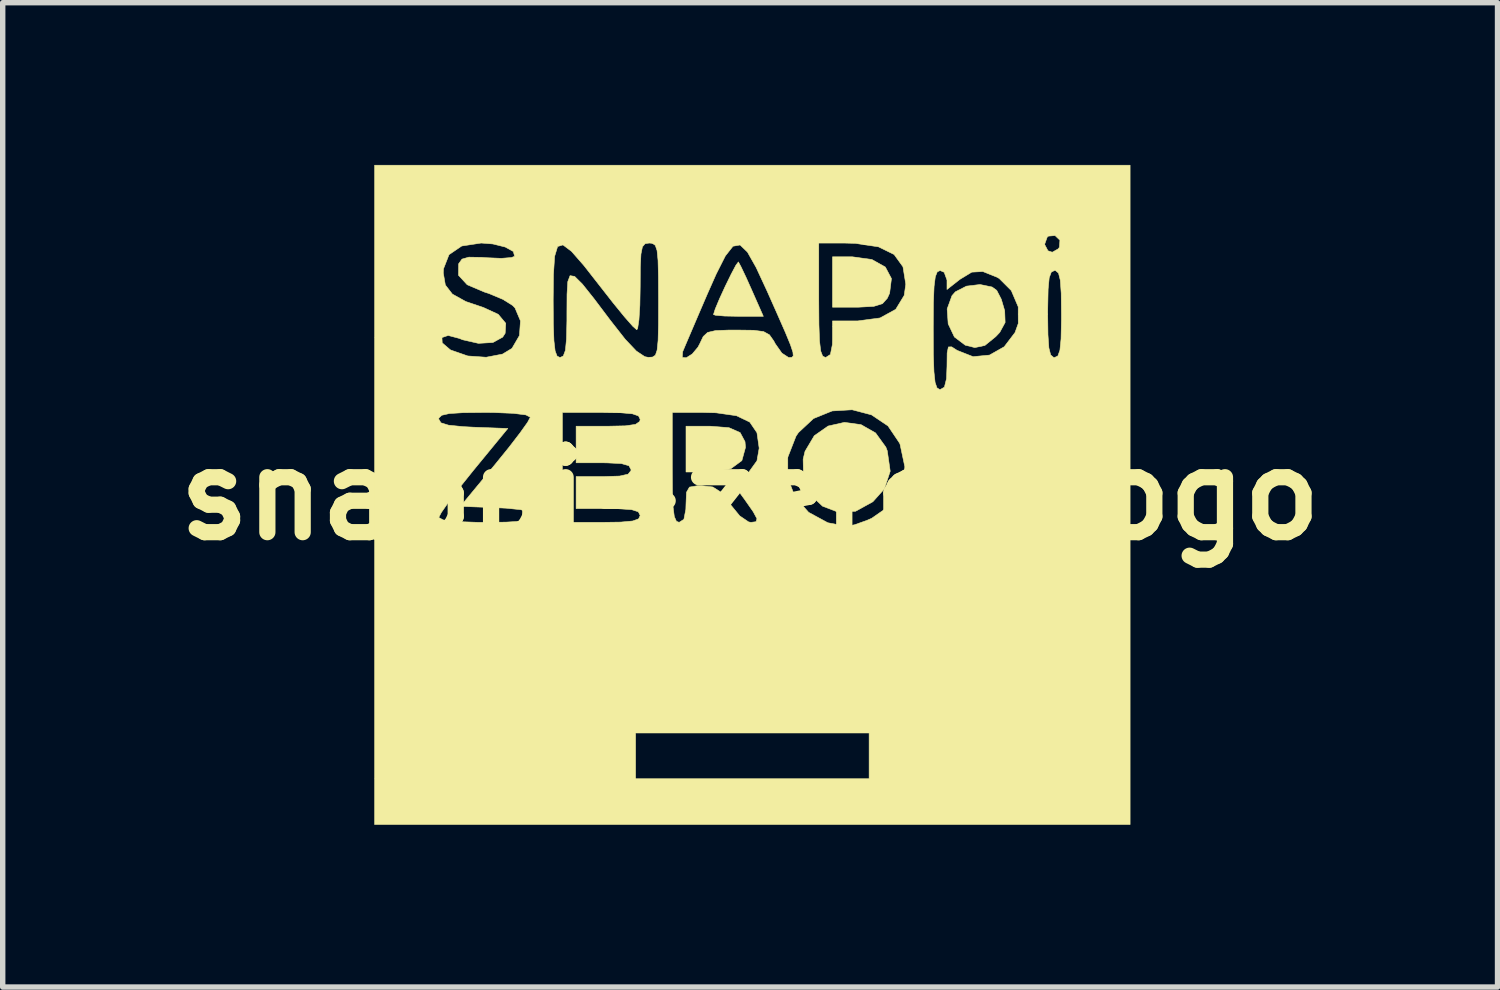
<source format=kicad_pcb>
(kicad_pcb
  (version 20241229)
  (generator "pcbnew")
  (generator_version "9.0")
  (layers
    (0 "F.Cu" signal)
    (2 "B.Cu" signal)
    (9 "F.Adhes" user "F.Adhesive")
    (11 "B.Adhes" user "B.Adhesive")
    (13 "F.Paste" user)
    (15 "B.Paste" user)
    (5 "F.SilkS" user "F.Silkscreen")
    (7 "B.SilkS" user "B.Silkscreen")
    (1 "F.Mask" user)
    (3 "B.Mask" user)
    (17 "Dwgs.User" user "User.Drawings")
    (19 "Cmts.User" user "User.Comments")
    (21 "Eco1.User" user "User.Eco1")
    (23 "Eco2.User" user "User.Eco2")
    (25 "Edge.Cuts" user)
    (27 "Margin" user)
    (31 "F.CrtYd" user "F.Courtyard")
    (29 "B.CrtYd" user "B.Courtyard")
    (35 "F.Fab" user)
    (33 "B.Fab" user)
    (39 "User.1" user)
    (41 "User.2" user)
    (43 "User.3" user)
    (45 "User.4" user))
  (footprint "snappi-zero-logo"
    (layer "F.Cu")
    (at 10.82 6.101)
    (property "Reference" "snappi-zero-logo" (at 0 0 0) (layer "F.SilkS") (effects (font (size 1.524 1.524) (thickness 0.3))))
    (attr through_hole)
    (fp_poly (pts (xy -0.391 -1.243) (xy -0.184 -1.152) (xy -0.094 -0.984) (xy -0.085 -0.878) (xy -0.152 -0.634) (xy -0.356 -0.484) (xy -0.7 -0.424) (xy -0.768 -0.423) (xy -1.185 -0.423) (xy -1.185 -1.27) (xy -0.737 -1.27) (xy -0.391 -1.243)) (stroke (width 0.01) (type solid)) (fill yes) (layer "F.SilkS"))
    (fp_poly (pts (xy 2.253 -4.352) (xy 2.501 -4.213) (xy 2.614 -4) (xy 2.58 -3.729) (xy 2.537 -3.635) (xy 2.448 -3.536) (xy 2.287 -3.486) (xy 2.007 -3.471) (xy 1.987 -3.471) (xy 1.524 -3.471) (xy 1.524 -4.403) (xy 1.886 -4.403) (xy 2.253 -4.352)) (stroke (width 0.01) (type solid)) (fill yes) (layer "F.SilkS"))
    (fp_poly (pts (xy -0.216 -4.307) (xy -0.168 -4.219) (xy -0.074 -4.021) (xy 0.03 -3.789) (xy 0.245 -3.302) (xy -0.216 -3.302) (xy -0.47 -3.307) (xy -0.637 -3.321) (xy -0.677 -3.334) (xy -0.645 -3.436) (xy -0.565 -3.627) (xy -0.459 -3.858) (xy -0.35 -4.081) (xy -0.262 -4.247) (xy -0.216 -4.308) (xy -0.216 -4.307)) (stroke (width 0.01) (type solid)) (fill yes) (layer "F.SilkS"))
    (fp_poly (pts (xy 2.051 -1.299) (xy 2.32 -1.146) (xy 2.511 -0.882) (xy 2.537 -0.814) (xy 2.591 -0.438) (xy 2.484 -0.112) (xy 2.27 0.127) (xy 1.95 0.303) (xy 1.607 0.311) (xy 1.34 0.209) (xy 1.114 -0.003) (xy 0.988 -0.31) (xy 0.981 -0.66) (xy 1.016 -0.806) (xy 1.187 -1.094) (xy 1.443 -1.273) (xy 1.745 -1.341) (xy 2.051 -1.299)) (stroke (width 0.01) (type solid)) (fill yes) (layer "F.SilkS"))
    (fp_poly (pts (xy 4.475 -3.844) (xy 4.561 -3.781) (xy 4.645 -3.618) (xy 4.708 -3.405) (xy 4.716 -3.188) (xy 4.617 -3.006) (xy 4.543 -2.927) (xy 4.341 -2.763) (xy 4.156 -2.724) (xy 3.979 -2.768) (xy 3.778 -2.92) (xy 3.663 -3.163) (xy 3.644 -3.438) (xy 3.733 -3.683) (xy 3.796 -3.755) (xy 4.001 -3.86) (xy 4.252 -3.89) (xy 4.475 -3.844)) (stroke (width 0.01) (type solid)) (fill yes) (layer "F.SilkS"))
    (fp_poly (pts (xy 7.027 6.096) (xy -6.943 6.096) (xy -6.943 4.403) (xy -2.117 4.403) (xy -2.117 5.249) (xy 2.201 5.249) (xy 2.201 4.403) (xy -2.117 4.403) (xy -6.943 4.403) (xy -6.943 -1.401) (xy -5.757 -1.401) (xy -5.717 -1.333) (xy -5.576 -1.289) (xy -5.308 -1.262) (xy -5.119 -1.252) (xy -4.48 -1.228) (xy -5.119 -0.45) (xy -5.368 -0.139) (xy -5.572 0.129) (xy -5.709 0.325) (xy -5.757 0.418) (xy -5.675 0.463) (xy -5.436 0.493) (xy -5.053 0.507) (xy -4.911 0.508) (xy -4.514 0.504) (xy -4.259 0.488) (xy -4.119 0.456) (xy -4.067 0.405) (xy -4.064 0.385) (xy -4.104 0.317) (xy -4.244 0.273) (xy -4.51 0.246) (xy -4.71 0.236) (xy -5.356 0.212) (xy -4.71 -0.569) (xy -4.459 -0.879) (xy -4.253 -1.147) (xy -4.114 -1.342) (xy -4.064 -1.436) (xy -4.146 -1.479) (xy -4.378 -1.508) (xy -4.744 -1.523) (xy -4.911 -1.524) (xy -3.471 -1.524) (xy -3.471 0.508) (xy -2.752 0.508) (xy -2.392 0.503) (xy -2.172 0.483) (xy -2.062 0.444) (xy -2.032 0.381) (xy -2.067 0.312) (xy -2.192 0.273) (xy -2.439 0.256) (xy -2.625 0.254) (xy -3.217 0.254) (xy -3.217 -0.339) (xy -2.709 -0.339) (xy -2.414 -0.348) (xy -2.256 -0.383) (xy -2.202 -0.45) (xy -2.201 -0.466) (xy -2.24 -0.539) (xy -2.379 -0.579) (xy -2.648 -0.592) (xy -2.709 -0.593) (xy -3.217 -0.593) (xy -3.217 -1.27) (xy -2.625 -1.27) (xy -2.303 -1.277) (xy -2.118 -1.304) (xy -2.041 -1.357) (xy -2.032 -1.397) (xy -2.063 -1.46) (xy -2.175 -1.499) (xy -2.397 -1.519) (xy -2.752 -1.524) (xy -1.439 -1.524) (xy -1.439 -0.508) (xy -1.436 -0.07) (xy -1.424 0.225) (xy -1.401 0.402) (xy -1.362 0.488) (xy -1.312 0.508) (xy -1.224 0.452) (xy -1.188 0.267) (xy -1.185 0.169) (xy -1.176 -0.048) (xy -1.121 -0.144) (xy -0.977 -0.169) (xy -0.89 -0.169) (xy -0.689 -0.146) (xy -0.539 -0.05) (xy -0.379 0.157) (xy -0.371 0.169) (xy -0.192 0.388) (xy -0.027 0.5) (xy 0.016 0.508) (xy 0.11 0.496) (xy 0.127 0.44) (xy 0.057 0.31) (xy -0.106 0.077) (xy -0.115 0.065) (xy -0.283 -0.165) (xy -0.125 -0.312) (xy 0.697 -0.312) (xy 0.831 0.038) (xy 1.083 0.323) (xy 1.437 0.515) (xy 1.778 0.581) (xy 1.93 0.553) (xy 2.159 0.472) (xy 2.25 0.432) (xy 2.59 0.195) (xy 2.797 -0.13) (xy 2.862 -0.517) (xy 2.773 -0.936) (xy 2.763 -0.959) (xy 2.55 -1.275) (xy 2.245 -1.48) (xy 1.887 -1.574) (xy 1.517 -1.552) (xy 1.173 -1.412) (xy 0.894 -1.152) (xy 0.849 -1.085) (xy 0.697 -0.696) (xy 0.697 -0.312) (xy -0.125 -0.312) (xy -0.057 -0.375) (xy 0.127 -0.63) (xy 0.168 -0.864) (xy 0.127 -1.15) (xy -0.006 -1.346) (xy -0.252 -1.464) (xy -0.63 -1.518) (xy -0.883 -1.524) (xy -1.439 -1.524) (xy -2.752 -1.524) (xy -3.471 -1.524) (xy -4.911 -1.524) (xy -5.308 -1.52) (xy -5.562 -1.504) (xy -5.702 -1.472) (xy -5.755 -1.421) (xy -5.757 -1.401) (xy -6.943 -1.401) (xy -6.943 -2.909) (xy -5.698 -2.909) (xy -5.693 -2.811) (xy -5.546 -2.685) (xy -5.534 -2.678) (xy -5.221 -2.569) (xy -4.881 -2.545) (xy -4.578 -2.603) (xy -4.403 -2.709) (xy -4.265 -2.946) (xy -4.246 -3.218) (xy -4.347 -3.457) (xy -4.39 -3.502) (xy -4.553 -3.605) (xy -3.641 -3.605) (xy -3.638 -3.155) (xy -3.627 -2.849) (xy -3.605 -2.661) (xy -3.569 -2.567) (xy -3.516 -2.54) (xy -3.514 -2.54) (xy -3.509 -2.542) (xy -1.254 -2.542) (xy -1.181 -2.535) (xy -1.07 -2.605) (xy -0.964 -2.731) (xy -0.931 -2.794) (xy -0.867 -2.928) (xy -0.785 -3.004) (xy -0.64 -3.038) (xy -0.387 -3.048) (xy -0.246 -3.048) (xy 0.063 -3.044) (xy 0.249 -3.02) (xy 0.358 -2.96) (xy 0.437 -2.848) (xy 0.466 -2.794) (xy 0.588 -2.621) (xy 0.711 -2.541) (xy 0.72 -2.54) (xy 0.772 -2.543) (xy 0.798 -2.569) (xy 0.792 -2.639) (xy 0.747 -2.775) (xy 0.654 -3.001) (xy 0.506 -3.338) (xy 0.315 -3.768) (xy 0.112 -4.205) (xy -0.049 -4.49) (xy -0.185 -4.621) (xy -0.316 -4.598) (xy -0.457 -4.419) (xy -0.627 -4.083) (xy -0.794 -3.707) (xy -0.956 -3.33) (xy -1.095 -3.005) (xy -1.197 -2.766) (xy -1.247 -2.647) (xy -1.247 -2.646) (xy -1.254 -2.542) (xy -3.509 -2.542) (xy -3.454 -2.569) (xy -3.415 -2.673) (xy -3.395 -2.881) (xy -3.387 -3.222) (xy -3.387 -3.357) (xy -3.385 -3.71) (xy -3.371 -3.943) (xy -3.329 -4.054) (xy -3.244 -4.04) (xy -3.101 -3.898) (xy -2.885 -3.627) (xy -2.582 -3.225) (xy -2.308 -2.876) (xy -2.102 -2.659) (xy -1.947 -2.556) (xy -1.884 -2.543) (xy -1.805 -2.548) (xy -1.751 -2.583) (xy -1.719 -2.677) (xy -1.701 -2.856) (xy -1.694 -3.149) (xy -1.693 -3.583) (xy -1.693 -3.598) (xy -1.695 -4.038) (xy -1.702 -4.335) (xy -1.72 -4.518) (xy -1.753 -4.614) (xy -1.805 -4.651) (xy -1.863 -4.657) (xy 1.27 -4.657) (xy 1.27 -3.598) (xy 1.273 -3.15) (xy 1.284 -2.845) (xy 1.306 -2.659) (xy 1.342 -2.566) (xy 1.396 -2.54) (xy 1.397 -2.54) (xy 1.485 -2.596) (xy 1.522 -2.781) (xy 1.524 -2.879) (xy 1.524 -3.048) (xy 3.387 -3.048) (xy 3.389 -2.59) (xy 3.4 -2.275) (xy 3.421 -2.08) (xy 3.455 -1.98) (xy 3.506 -1.948) (xy 3.514 -1.947) (xy 3.593 -1.992) (xy 3.632 -2.148) (xy 3.641 -2.375) (xy 3.644 -2.625) (xy 3.667 -2.736) (xy 3.728 -2.737) (xy 3.829 -2.672) (xy 4.123 -2.556) (xy 4.427 -2.585) (xy 4.699 -2.739) (xy 4.899 -3.002) (xy 4.959 -3.169) (xy 4.958 -3.344) (xy 5.503 -3.344) (xy 5.508 -2.961) (xy 5.525 -2.718) (xy 5.558 -2.588) (xy 5.612 -2.542) (xy 5.63 -2.54) (xy 5.691 -2.569) (xy 5.729 -2.674) (xy 5.75 -2.884) (xy 5.757 -3.228) (xy 5.757 -3.344) (xy 5.753 -3.728) (xy 5.736 -3.97) (xy 5.703 -4.101) (xy 5.649 -4.147) (xy 5.63 -4.149) (xy 5.57 -4.12) (xy 5.531 -4.015) (xy 5.511 -3.804) (xy 5.504 -3.461) (xy 5.503 -3.344) (xy 4.958 -3.344) (xy 4.958 -3.478) (xy 4.83 -3.778) (xy 4.606 -4.002) (xy 4.564 -4.026) (xy 4.304 -4.13) (xy 4.1 -4.119) (xy 3.879 -3.985) (xy 3.864 -3.973) (xy 3.641 -3.798) (xy 3.641 -3.973) (xy 3.589 -4.116) (xy 3.514 -4.149) (xy 3.461 -4.124) (xy 3.425 -4.034) (xy 3.402 -3.853) (xy 3.39 -3.556) (xy 3.387 -3.118) (xy 3.387 -3.048) (xy 1.524 -3.048) (xy 1.524 -3.217) (xy 1.994 -3.217) (xy 2.404 -3.272) (xy 2.693 -3.431) (xy 2.85 -3.689) (xy 2.879 -3.896) (xy 2.827 -4.218) (xy 2.663 -4.445) (xy 2.374 -4.587) (xy 2.071 -4.632) (xy 5.446 -4.632) (xy 5.508 -4.514) (xy 5.588 -4.487) (xy 5.697 -4.549) (xy 5.72 -4.579) (xy 5.729 -4.709) (xy 5.64 -4.795) (xy 5.517 -4.785) (xy 5.494 -4.766) (xy 5.446 -4.632) (xy 2.071 -4.632) (xy 1.947 -4.651) (xy 1.723 -4.657) (xy 1.27 -4.657) (xy -1.863 -4.657) (xy -1.941 -4.645) (xy -1.991 -4.587) (xy -2.018 -4.453) (xy -2.03 -4.211) (xy -2.032 -3.852) (xy -2.038 -3.507) (xy -2.055 -3.238) (xy -2.079 -3.079) (xy -2.095 -3.053) (xy -2.169 -3.118) (xy -2.322 -3.292) (xy -2.53 -3.547) (xy -2.756 -3.836) (xy -3.072 -4.24) (xy -3.302 -4.503) (xy -3.46 -4.622) (xy -3.559 -4.593) (xy -3.614 -4.412) (xy -3.636 -4.077) (xy -3.641 -3.605) (xy -4.553 -3.605) (xy -4.57 -3.615) (xy -4.827 -3.723) (xy -4.911 -3.75) (xy -5.231 -3.886) (xy -5.392 -4.061) (xy -5.39 -4.271) (xy -5.388 -4.275) (xy -5.327 -4.36) (xy -5.2 -4.396) (xy -4.963 -4.392) (xy -4.863 -4.385) (xy -4.599 -4.374) (xy -4.412 -4.389) (xy -4.354 -4.412) (xy -4.378 -4.501) (xy -4.527 -4.583) (xy -4.757 -4.64) (xy -4.971 -4.657) (xy -5.332 -4.602) (xy -5.567 -4.442) (xy -5.669 -4.181) (xy -5.673 -4.103) (xy -5.635 -3.881) (xy -5.505 -3.713) (xy -5.256 -3.575) (xy -4.933 -3.466) (xy -4.657 -3.339) (xy -4.518 -3.173) (xy -4.529 -2.988) (xy -4.575 -2.917) (xy -4.755 -2.818) (xy -5.023 -2.802) (xy -5.317 -2.869) (xy -5.375 -2.893) (xy -5.583 -2.948) (xy -5.698 -2.909) (xy -6.943 -2.909) (xy -6.943 -6.096) (xy 7.027 -6.096) (xy 7.027 6.096)) (stroke (width 0.01) (type solid)) (fill yes) (layer "F.SilkS")))
  (gr_rect
    (start -3 -3)
    (end 24.641 15.202)
    (stroke (width 0.1) (type default))
    (fill no)
    (layer "Edge.Cuts")))
</source>
